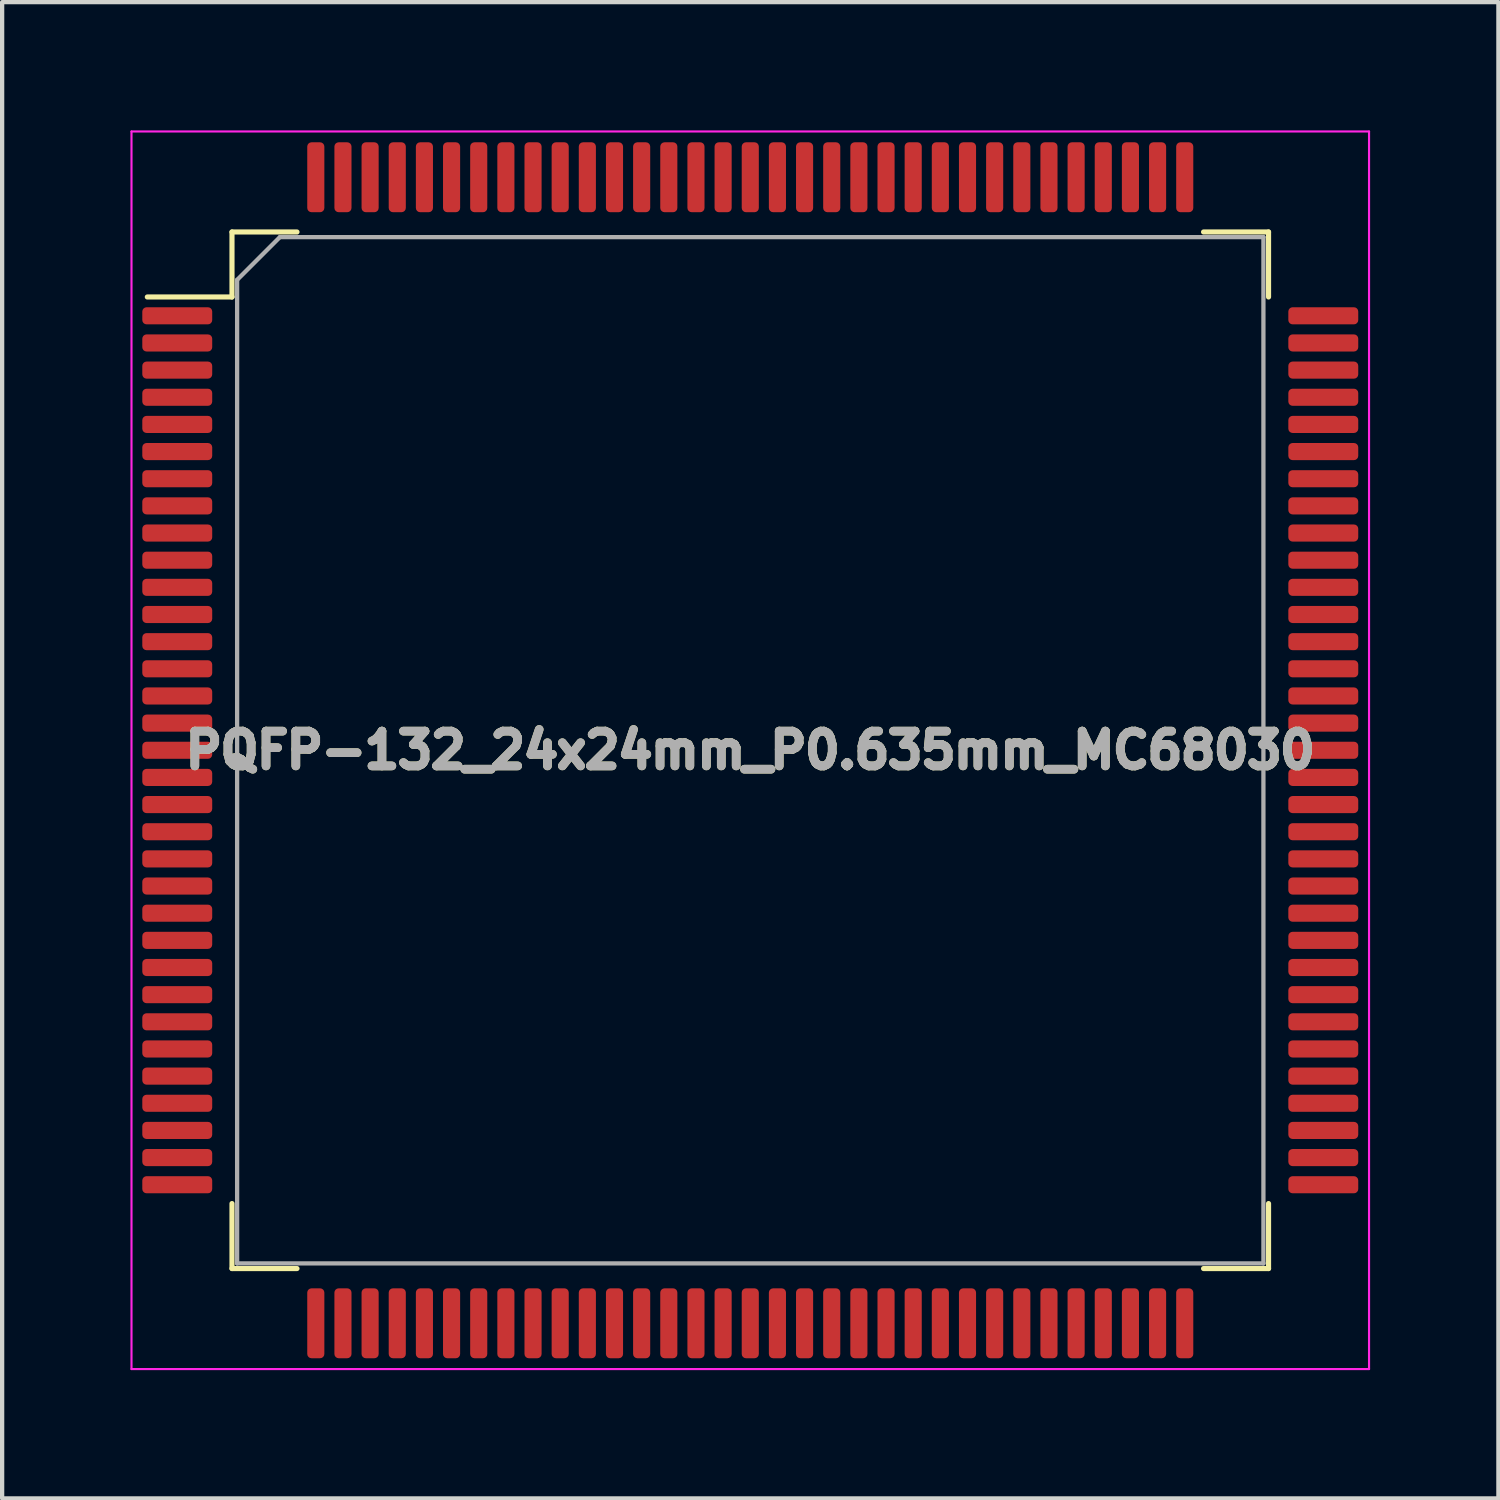
<source format=kicad_pcb>
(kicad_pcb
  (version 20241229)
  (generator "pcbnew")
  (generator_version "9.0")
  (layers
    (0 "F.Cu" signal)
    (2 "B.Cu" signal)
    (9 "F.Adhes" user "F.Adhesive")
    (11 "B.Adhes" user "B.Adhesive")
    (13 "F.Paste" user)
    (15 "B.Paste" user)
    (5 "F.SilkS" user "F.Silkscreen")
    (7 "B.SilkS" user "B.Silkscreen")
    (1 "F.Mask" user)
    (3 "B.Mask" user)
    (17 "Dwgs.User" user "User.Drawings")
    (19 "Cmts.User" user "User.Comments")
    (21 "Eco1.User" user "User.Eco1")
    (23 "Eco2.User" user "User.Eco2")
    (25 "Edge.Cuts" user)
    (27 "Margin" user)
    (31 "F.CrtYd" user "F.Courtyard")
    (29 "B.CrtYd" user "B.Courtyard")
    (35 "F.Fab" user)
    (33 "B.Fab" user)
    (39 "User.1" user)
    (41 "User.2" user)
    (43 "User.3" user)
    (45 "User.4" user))
  (footprint "PQFP-132_24x24mm_P0.635mm_MC68030"
    (layer "F.Cu")
    (at 14.495 14.495)
    (property "Reference" "PQFP-132_24x24mm_P0.635mm_MC68030" (at 0 0 0) (layer "F.SilkS") (effects (font (size 0.813 0.813) (thickness 0.203))))
    (attr smd)
    (fp_line (start -14.1 -10.6) (end -12.12 -10.6) (stroke (width 0.12) (type solid)) (layer "F.SilkS"))
    (fp_line (start -12.12 -12.12) (end -12.12 -10.6) (stroke (width 0.12) (type solid)) (layer "F.SilkS"))
    (fp_line (start -12.12 12.12) (end -12.12 10.6) (stroke (width 0.12) (type solid)) (layer "F.SilkS"))
    (fp_line (start -10.6 -12.12) (end -12.12 -12.12) (stroke (width 0.12) (type solid)) (layer "F.SilkS"))
    (fp_line (start -10.6 12.12) (end -12.12 12.12) (stroke (width 0.12) (type solid)) (layer "F.SilkS"))
    (fp_line (start 10.6 -12.12) (end 12.12 -12.12) (stroke (width 0.12) (type solid)) (layer "F.SilkS"))
    (fp_line (start 10.6 12.12) (end 12.12 12.12) (stroke (width 0.12) (type solid)) (layer "F.SilkS"))
    (fp_line (start 12.12 -12.12) (end 12.12 -10.6) (stroke (width 0.12) (type solid)) (layer "F.SilkS"))
    (fp_line (start 12.12 12.12) (end 12.12 10.6) (stroke (width 0.12) (type solid)) (layer "F.SilkS"))
    (fp_line (start -14.47 -14.47) (end -14.47 14.47) (stroke (width 0.05) (type solid)) (layer "F.CrtYd"))
    (fp_line (start 14.47 -14.47) (end -14.47 -14.47) (stroke (width 0.05) (type solid)) (layer "F.CrtYd"))
    (fp_line (start 14.47 -14.47) (end 14.47 14.47) (stroke (width 0.05) (type solid)) (layer "F.CrtYd"))
    (fp_line (start 14.47 14.47) (end -14.47 14.47) (stroke (width 0.05) (type solid)) (layer "F.CrtYd"))
    (fp_line (start -12 12) (end -12 -11) (stroke (width 0.1) (type solid)) (layer "F.Fab"))
    (fp_line (start -11 -12) (end -12 -11) (stroke (width 0.1) (type solid)) (layer "F.Fab"))
    (fp_line (start -11 -12) (end 12 -12) (stroke (width 0.1) (type solid)) (layer "F.Fab"))
    (fp_line (start 12 -12) (end 12 12) (stroke (width 0.1) (type solid)) (layer "F.Fab"))
    (fp_line (start 12 12) (end -12 12) (stroke (width 0.1) (type solid)) (layer "F.Fab"))
    (fp_text user "${REFERENCE}" (at 0 0 0) (layer "F.Fab") (effects (font (size 0.813 0.813) (thickness 0.203))))
    (pad "1" smd roundrect (at 0 -13.4) (size 0.4 1.635) (layers "F.Cu" "F.Mask" "F.Paste") (roundrect_rratio 0.25))
    (pad "2" smd roundrect (at -0.635 -13.4) (size 0.4 1.635) (layers "F.Cu" "F.Mask" "F.Paste") (roundrect_rratio 0.25))
    (pad "3" smd roundrect (at -1.27 -13.4) (size 0.4 1.635) (layers "F.Cu" "F.Mask" "F.Paste") (roundrect_rratio 0.25))
    (pad "4" smd roundrect (at -1.905 -13.4) (size 0.4 1.635) (layers "F.Cu" "F.Mask" "F.Paste") (roundrect_rratio 0.25))
    (pad "5" smd roundrect (at -2.54 -13.4) (size 0.4 1.635) (layers "F.Cu" "F.Mask" "F.Paste") (roundrect_rratio 0.25))
    (pad "6" smd roundrect (at -3.175 -13.4) (size 0.4 1.635) (layers "F.Cu" "F.Mask" "F.Paste") (roundrect_rratio 0.25))
    (pad "7" smd roundrect (at -3.81 -13.4) (size 0.4 1.635) (layers "F.Cu" "F.Mask" "F.Paste") (roundrect_rratio 0.25))
    (pad "8" smd roundrect (at -4.445 -13.4) (size 0.4 1.635) (layers "F.Cu" "F.Mask" "F.Paste") (roundrect_rratio 0.25))
    (pad "9" smd roundrect (at -5.08 -13.4) (size 0.4 1.635) (layers "F.Cu" "F.Mask" "F.Paste") (roundrect_rratio 0.25))
    (pad "10" smd roundrect (at -5.715 -13.4) (size 0.4 1.635) (layers "F.Cu" "F.Mask" "F.Paste") (roundrect_rratio 0.25))
    (pad "11" smd roundrect (at -6.35 -13.4) (size 0.4 1.635) (layers "F.Cu" "F.Mask" "F.Paste") (roundrect_rratio 0.25))
    (pad "12" smd roundrect (at -6.985 -13.4) (size 0.4 1.635) (layers "F.Cu" "F.Mask" "F.Paste") (roundrect_rratio 0.25))
    (pad "13" smd roundrect (at -7.62 -13.4) (size 0.4 1.635) (layers "F.Cu" "F.Mask" "F.Paste") (roundrect_rratio 0.25))
    (pad "14" smd roundrect (at -8.255 -13.4) (size 0.4 1.635) (layers "F.Cu" "F.Mask" "F.Paste") (roundrect_rratio 0.25))
    (pad "15" smd roundrect (at -8.89 -13.4) (size 0.4 1.635) (layers "F.Cu" "F.Mask" "F.Paste") (roundrect_rratio 0.25))
    (pad "16" smd roundrect (at -9.525 -13.4) (size 0.4 1.635) (layers "F.Cu" "F.Mask" "F.Paste") (roundrect_rratio 0.25))
    (pad "17" smd roundrect (at -10.16 -13.4) (size 0.4 1.635) (layers "F.Cu" "F.Mask" "F.Paste") (roundrect_rratio 0.25))
    (pad "18" smd roundrect (at -13.4 -10.16) (size 1.635 0.4) (layers "F.Cu" "F.Mask" "F.Paste") (roundrect_rratio 0.25))
    (pad "19" smd roundrect (at -13.4 -9.525) (size 1.635 0.4) (layers "F.Cu" "F.Mask" "F.Paste") (roundrect_rratio 0.25))
    (pad "20" smd roundrect (at -13.4 -8.89) (size 1.635 0.4) (layers "F.Cu" "F.Mask" "F.Paste") (roundrect_rratio 0.25))
    (pad "21" smd roundrect (at -13.4 -8.255) (size 1.635 0.4) (layers "F.Cu" "F.Mask" "F.Paste") (roundrect_rratio 0.25))
    (pad "22" smd roundrect (at -13.4 -7.62) (size 1.635 0.4) (layers "F.Cu" "F.Mask" "F.Paste") (roundrect_rratio 0.25))
    (pad "23" smd roundrect (at -13.4 -6.985) (size 1.635 0.4) (layers "F.Cu" "F.Mask" "F.Paste") (roundrect_rratio 0.25))
    (pad "24" smd roundrect (at -13.4 -6.35) (size 1.635 0.4) (layers "F.Cu" "F.Mask" "F.Paste") (roundrect_rratio 0.25))
    (pad "25" smd roundrect (at -13.4 -5.715) (size 1.635 0.4) (layers "F.Cu" "F.Mask" "F.Paste") (roundrect_rratio 0.25))
    (pad "26" smd roundrect (at -13.4 -5.08) (size 1.635 0.4) (layers "F.Cu" "F.Mask" "F.Paste") (roundrect_rratio 0.25))
    (pad "27" smd roundrect (at -13.4 -4.445) (size 1.635 0.4) (layers "F.Cu" "F.Mask" "F.Paste") (roundrect_rratio 0.25))
    (pad "28" smd roundrect (at -13.4 -3.81) (size 1.635 0.4) (layers "F.Cu" "F.Mask" "F.Paste") (roundrect_rratio 0.25))
    (pad "29" smd roundrect (at -13.4 -3.175) (size 1.635 0.4) (layers "F.Cu" "F.Mask" "F.Paste") (roundrect_rratio 0.25))
    (pad "30" smd roundrect (at -13.4 -2.54) (size 1.635 0.4) (layers "F.Cu" "F.Mask" "F.Paste") (roundrect_rratio 0.25))
    (pad "31" smd roundrect (at -13.4 -1.905) (size 1.635 0.4) (layers "F.Cu" "F.Mask" "F.Paste") (roundrect_rratio 0.25))
    (pad "32" smd roundrect (at -13.4 -1.27) (size 1.635 0.4) (layers "F.Cu" "F.Mask" "F.Paste") (roundrect_rratio 0.25))
    (pad "33" smd roundrect (at -13.4 -0.635) (size 1.635 0.4) (layers "F.Cu" "F.Mask" "F.Paste") (roundrect_rratio 0.25))
    (pad "34" smd roundrect (at -13.4 0) (size 1.635 0.4) (layers "F.Cu" "F.Mask" "F.Paste") (roundrect_rratio 0.25))
    (pad "35" smd roundrect (at -13.4 0.635) (size 1.635 0.4) (layers "F.Cu" "F.Mask" "F.Paste") (roundrect_rratio 0.25))
    (pad "36" smd roundrect (at -13.4 1.27) (size 1.635 0.4) (layers "F.Cu" "F.Mask" "F.Paste") (roundrect_rratio 0.25))
    (pad "37" smd roundrect (at -13.4 1.905) (size 1.635 0.4) (layers "F.Cu" "F.Mask" "F.Paste") (roundrect_rratio 0.25))
    (pad "38" smd roundrect (at -13.4 2.54) (size 1.635 0.4) (layers "F.Cu" "F.Mask" "F.Paste") (roundrect_rratio 0.25))
    (pad "39" smd roundrect (at -13.4 3.175) (size 1.635 0.4) (layers "F.Cu" "F.Mask" "F.Paste") (roundrect_rratio 0.25))
    (pad "40" smd roundrect (at -13.4 3.81) (size 1.635 0.4) (layers "F.Cu" "F.Mask" "F.Paste") (roundrect_rratio 0.25))
    (pad "41" smd roundrect (at -13.4 4.445) (size 1.635 0.4) (layers "F.Cu" "F.Mask" "F.Paste") (roundrect_rratio 0.25))
    (pad "42" smd roundrect (at -13.4 5.08) (size 1.635 0.4) (layers "F.Cu" "F.Mask" "F.Paste") (roundrect_rratio 0.25))
    (pad "43" smd roundrect (at -13.4 5.715) (size 1.635 0.4) (layers "F.Cu" "F.Mask" "F.Paste") (roundrect_rratio 0.25))
    (pad "44" smd roundrect (at -13.4 6.35) (size 1.635 0.4) (layers "F.Cu" "F.Mask" "F.Paste") (roundrect_rratio 0.25))
    (pad "45" smd roundrect (at -13.4 6.985) (size 1.635 0.4) (layers "F.Cu" "F.Mask" "F.Paste") (roundrect_rratio 0.25))
    (pad "46" smd roundrect (at -13.4 7.62) (size 1.635 0.4) (layers "F.Cu" "F.Mask" "F.Paste") (roundrect_rratio 0.25))
    (pad "47" smd roundrect (at -13.4 8.255) (size 1.635 0.4) (layers "F.Cu" "F.Mask" "F.Paste") (roundrect_rratio 0.25))
    (pad "48" smd roundrect (at -13.4 8.89) (size 1.635 0.4) (layers "F.Cu" "F.Mask" "F.Paste") (roundrect_rratio 0.25))
    (pad "49" smd roundrect (at -13.4 9.525) (size 1.635 0.4) (layers "F.Cu" "F.Mask" "F.Paste") (roundrect_rratio 0.25))
    (pad "50" smd roundrect (at -13.4 10.16) (size 1.635 0.4) (layers "F.Cu" "F.Mask" "F.Paste") (roundrect_rratio 0.25))
    (pad "51" smd roundrect (at -10.16 13.4) (size 0.4 1.635) (layers "F.Cu" "F.Mask" "F.Paste") (roundrect_rratio 0.25))
    (pad "52" smd roundrect (at -9.525 13.4) (size 0.4 1.635) (layers "F.Cu" "F.Mask" "F.Paste") (roundrect_rratio 0.25))
    (pad "53" smd roundrect (at -8.89 13.4) (size 0.4 1.635) (layers "F.Cu" "F.Mask" "F.Paste") (roundrect_rratio 0.25))
    (pad "54" smd roundrect (at -8.255 13.4) (size 0.4 1.635) (layers "F.Cu" "F.Mask" "F.Paste") (roundrect_rratio 0.25))
    (pad "55" smd roundrect (at -7.62 13.4) (size 0.4 1.635) (layers "F.Cu" "F.Mask" "F.Paste") (roundrect_rratio 0.25))
    (pad "56" smd roundrect (at -6.985 13.4) (size 0.4 1.635) (layers "F.Cu" "F.Mask" "F.Paste") (roundrect_rratio 0.25))
    (pad "57" smd roundrect (at -6.35 13.4) (size 0.4 1.635) (layers "F.Cu" "F.Mask" "F.Paste") (roundrect_rratio 0.25))
    (pad "58" smd roundrect (at -5.715 13.4) (size 0.4 1.635) (layers "F.Cu" "F.Mask" "F.Paste") (roundrect_rratio 0.25))
    (pad "59" smd roundrect (at -5.08 13.4) (size 0.4 1.635) (layers "F.Cu" "F.Mask" "F.Paste") (roundrect_rratio 0.25))
    (pad "60" smd roundrect (at -4.445 13.4) (size 0.4 1.635) (layers "F.Cu" "F.Mask" "F.Paste") (roundrect_rratio 0.25))
    (pad "61" smd roundrect (at -3.81 13.4) (size 0.4 1.635) (layers "F.Cu" "F.Mask" "F.Paste") (roundrect_rratio 0.25))
    (pad "62" smd roundrect (at -3.175 13.4) (size 0.4 1.635) (layers "F.Cu" "F.Mask" "F.Paste") (roundrect_rratio 0.25))
    (pad "63" smd roundrect (at -2.54 13.4) (size 0.4 1.635) (layers "F.Cu" "F.Mask" "F.Paste") (roundrect_rratio 0.25))
    (pad "64" smd roundrect (at -1.905 13.4) (size 0.4 1.635) (layers "F.Cu" "F.Mask" "F.Paste") (roundrect_rratio 0.25))
    (pad "65" smd roundrect (at -1.27 13.4) (size 0.4 1.635) (layers "F.Cu" "F.Mask" "F.Paste") (roundrect_rratio 0.25))
    (pad "66" smd roundrect (at -0.635 13.4) (size 0.4 1.635) (layers "F.Cu" "F.Mask" "F.Paste") (roundrect_rratio 0.25))
    (pad "67" smd roundrect (at 0 13.4) (size 0.4 1.635) (layers "F.Cu" "F.Mask" "F.Paste") (roundrect_rratio 0.25))
    (pad "68" smd roundrect (at 0.635 13.4) (size 0.4 1.635) (layers "F.Cu" "F.Mask" "F.Paste") (roundrect_rratio 0.25))
    (pad "69" smd roundrect (at 1.27 13.4) (size 0.4 1.635) (layers "F.Cu" "F.Mask" "F.Paste") (roundrect_rratio 0.25))
    (pad "70" smd roundrect (at 1.905 13.4) (size 0.4 1.635) (layers "F.Cu" "F.Mask" "F.Paste") (roundrect_rratio 0.25))
    (pad "71" smd roundrect (at 2.54 13.4) (size 0.4 1.635) (layers "F.Cu" "F.Mask" "F.Paste") (roundrect_rratio 0.25))
    (pad "72" smd roundrect (at 3.175 13.4) (size 0.4 1.635) (layers "F.Cu" "F.Mask" "F.Paste") (roundrect_rratio 0.25))
    (pad "73" smd roundrect (at 3.81 13.4) (size 0.4 1.635) (layers "F.Cu" "F.Mask" "F.Paste") (roundrect_rratio 0.25))
    (pad "74" smd roundrect (at 4.445 13.4) (size 0.4 1.635) (layers "F.Cu" "F.Mask" "F.Paste") (roundrect_rratio 0.25))
    (pad "75" smd roundrect (at 5.08 13.4) (size 0.4 1.635) (layers "F.Cu" "F.Mask" "F.Paste") (roundrect_rratio 0.25))
    (pad "76" smd roundrect (at 5.715 13.4) (size 0.4 1.635) (layers "F.Cu" "F.Mask" "F.Paste") (roundrect_rratio 0.25))
    (pad "77" smd roundrect (at 6.35 13.4) (size 0.4 1.635) (layers "F.Cu" "F.Mask" "F.Paste") (roundrect_rratio 0.25))
    (pad "78" smd roundrect (at 6.985 13.4) (size 0.4 1.635) (layers "F.Cu" "F.Mask" "F.Paste") (roundrect_rratio 0.25))
    (pad "79" smd roundrect (at 7.62 13.4) (size 0.4 1.635) (layers "F.Cu" "F.Mask" "F.Paste") (roundrect_rratio 0.25))
    (pad "80" smd roundrect (at 8.255 13.4) (size 0.4 1.635) (layers "F.Cu" "F.Mask" "F.Paste") (roundrect_rratio 0.25))
    (pad "81" smd roundrect (at 8.89 13.4) (size 0.4 1.635) (layers "F.Cu" "F.Mask" "F.Paste") (roundrect_rratio 0.25))
    (pad "82" smd roundrect (at 9.525 13.4) (size 0.4 1.635) (layers "F.Cu" "F.Mask" "F.Paste") (roundrect_rratio 0.25))
    (pad "83" smd roundrect (at 10.16 13.4) (size 0.4 1.635) (layers "F.Cu" "F.Mask" "F.Paste") (roundrect_rratio 0.25))
    (pad "84" smd roundrect (at 13.4 10.16) (size 1.635 0.4) (layers "F.Cu" "F.Mask" "F.Paste") (roundrect_rratio 0.25))
    (pad "85" smd roundrect (at 13.4 9.525) (size 1.635 0.4) (layers "F.Cu" "F.Mask" "F.Paste") (roundrect_rratio 0.25))
    (pad "86" smd roundrect (at 13.4 8.89) (size 1.635 0.4) (layers "F.Cu" "F.Mask" "F.Paste") (roundrect_rratio 0.25))
    (pad "87" smd roundrect (at 13.4 8.255) (size 1.635 0.4) (layers "F.Cu" "F.Mask" "F.Paste") (roundrect_rratio 0.25))
    (pad "88" smd roundrect (at 13.4 7.62) (size 1.635 0.4) (layers "F.Cu" "F.Mask" "F.Paste") (roundrect_rratio 0.25))
    (pad "89" smd roundrect (at 13.4 6.985) (size 1.635 0.4) (layers "F.Cu" "F.Mask" "F.Paste") (roundrect_rratio 0.25))
    (pad "90" smd roundrect (at 13.4 6.35) (size 1.635 0.4) (layers "F.Cu" "F.Mask" "F.Paste") (roundrect_rratio 0.25))
    (pad "91" smd roundrect (at 13.4 5.715) (size 1.635 0.4) (layers "F.Cu" "F.Mask" "F.Paste") (roundrect_rratio 0.25))
    (pad "92" smd roundrect (at 13.4 5.08) (size 1.635 0.4) (layers "F.Cu" "F.Mask" "F.Paste") (roundrect_rratio 0.25))
    (pad "93" smd roundrect (at 13.4 4.445) (size 1.635 0.4) (layers "F.Cu" "F.Mask" "F.Paste") (roundrect_rratio 0.25))
    (pad "94" smd roundrect (at 13.4 3.81) (size 1.635 0.4) (layers "F.Cu" "F.Mask" "F.Paste") (roundrect_rratio 0.25))
    (pad "95" smd roundrect (at 13.4 3.175) (size 1.635 0.4) (layers "F.Cu" "F.Mask" "F.Paste") (roundrect_rratio 0.25))
    (pad "96" smd roundrect (at 13.4 2.54) (size 1.635 0.4) (layers "F.Cu" "F.Mask" "F.Paste") (roundrect_rratio 0.25))
    (pad "97" smd roundrect (at 13.4 1.905) (size 1.635 0.4) (layers "F.Cu" "F.Mask" "F.Paste") (roundrect_rratio 0.25))
    (pad "98" smd roundrect (at 13.4 1.27) (size 1.635 0.4) (layers "F.Cu" "F.Mask" "F.Paste") (roundrect_rratio 0.25))
    (pad "99" smd roundrect (at 13.4 0.635) (size 1.635 0.4) (layers "F.Cu" "F.Mask" "F.Paste") (roundrect_rratio 0.25))
    (pad "100" smd roundrect (at 13.4 0) (size 1.635 0.4) (layers "F.Cu" "F.Mask" "F.Paste") (roundrect_rratio 0.25))
    (pad "101" smd roundrect (at 13.4 -0.635) (size 1.635 0.4) (layers "F.Cu" "F.Mask" "F.Paste") (roundrect_rratio 0.25))
    (pad "102" smd roundrect (at 13.4 -1.27) (size 1.635 0.4) (layers "F.Cu" "F.Mask" "F.Paste") (roundrect_rratio 0.25))
    (pad "103" smd roundrect (at 13.4 -1.905) (size 1.635 0.4) (layers "F.Cu" "F.Mask" "F.Paste") (roundrect_rratio 0.25))
    (pad "104" smd roundrect (at 13.4 -2.54) (size 1.635 0.4) (layers "F.Cu" "F.Mask" "F.Paste") (roundrect_rratio 0.25))
    (pad "105" smd roundrect (at 13.4 -3.175) (size 1.635 0.4) (layers "F.Cu" "F.Mask" "F.Paste") (roundrect_rratio 0.25))
    (pad "106" smd roundrect (at 13.4 -3.81) (size 1.635 0.4) (layers "F.Cu" "F.Mask" "F.Paste") (roundrect_rratio 0.25))
    (pad "107" smd roundrect (at 13.4 -4.445) (size 1.635 0.4) (layers "F.Cu" "F.Mask" "F.Paste") (roundrect_rratio 0.25))
    (pad "108" smd roundrect (at 13.4 -5.08) (size 1.635 0.4) (layers "F.Cu" "F.Mask" "F.Paste") (roundrect_rratio 0.25))
    (pad "109" smd roundrect (at 13.4 -5.715) (size 1.635 0.4) (layers "F.Cu" "F.Mask" "F.Paste") (roundrect_rratio 0.25))
    (pad "110" smd roundrect (at 13.4 -6.35) (size 1.635 0.4) (layers "F.Cu" "F.Mask" "F.Paste") (roundrect_rratio 0.25))
    (pad "111" smd roundrect (at 13.4 -6.985) (size 1.635 0.4) (layers "F.Cu" "F.Mask" "F.Paste") (roundrect_rratio 0.25))
    (pad "112" smd roundrect (at 13.4 -7.62) (size 1.635 0.4) (layers "F.Cu" "F.Mask" "F.Paste") (roundrect_rratio 0.25))
    (pad "113" smd roundrect (at 13.4 -8.255) (size 1.635 0.4) (layers "F.Cu" "F.Mask" "F.Paste") (roundrect_rratio 0.25))
    (pad "114" smd roundrect (at 13.4 -8.89) (size 1.635 0.4) (layers "F.Cu" "F.Mask" "F.Paste") (roundrect_rratio 0.25))
    (pad "115" smd roundrect (at 13.4 -9.525) (size 1.635 0.4) (layers "F.Cu" "F.Mask" "F.Paste") (roundrect_rratio 0.25))
    (pad "116" smd roundrect (at 13.4 -10.16) (size 1.635 0.4) (layers "F.Cu" "F.Mask" "F.Paste") (roundrect_rratio 0.25))
    (pad "117" smd roundrect (at 10.16 -13.4) (size 0.4 1.635) (layers "F.Cu" "F.Mask" "F.Paste") (roundrect_rratio 0.25))
    (pad "118" smd roundrect (at 9.525 -13.4) (size 0.4 1.635) (layers "F.Cu" "F.Mask" "F.Paste") (roundrect_rratio 0.25))
    (pad "119" smd roundrect (at 8.89 -13.4) (size 0.4 1.635) (layers "F.Cu" "F.Mask" "F.Paste") (roundrect_rratio 0.25))
    (pad "120" smd roundrect (at 8.255 -13.4) (size 0.4 1.635) (layers "F.Cu" "F.Mask" "F.Paste") (roundrect_rratio 0.25))
    (pad "121" smd roundrect (at 7.62 -13.4) (size 0.4 1.635) (layers "F.Cu" "F.Mask" "F.Paste") (roundrect_rratio 0.25))
    (pad "122" smd roundrect (at 6.985 -13.4) (size 0.4 1.635) (layers "F.Cu" "F.Mask" "F.Paste") (roundrect_rratio 0.25))
    (pad "123" smd roundrect (at 6.35 -13.4) (size 0.4 1.635) (layers "F.Cu" "F.Mask" "F.Paste") (roundrect_rratio 0.25))
    (pad "124" smd roundrect (at 5.715 -13.4) (size 0.4 1.635) (layers "F.Cu" "F.Mask" "F.Paste") (roundrect_rratio 0.25))
    (pad "125" smd roundrect (at 5.08 -13.4) (size 0.4 1.635) (layers "F.Cu" "F.Mask" "F.Paste") (roundrect_rratio 0.25))
    (pad "126" smd roundrect (at 4.445 -13.4) (size 0.4 1.635) (layers "F.Cu" "F.Mask" "F.Paste") (roundrect_rratio 0.25))
    (pad "127" smd roundrect (at 3.81 -13.4) (size 0.4 1.635) (layers "F.Cu" "F.Mask" "F.Paste") (roundrect_rratio 0.25))
    (pad "128" smd roundrect (at 3.175 -13.4) (size 0.4 1.635) (layers "F.Cu" "F.Mask" "F.Paste") (roundrect_rratio 0.25))
    (pad "129" smd roundrect (at 2.54 -13.4) (size 0.4 1.635) (layers "F.Cu" "F.Mask" "F.Paste") (roundrect_rratio 0.25))
    (pad "130" smd roundrect (at 1.905 -13.4) (size 0.4 1.635) (layers "F.Cu" "F.Mask" "F.Paste") (roundrect_rratio 0.25))
    (pad "131" smd roundrect (at 1.27 -13.4) (size 0.4 1.635) (layers "F.Cu" "F.Mask" "F.Paste") (roundrect_rratio 0.25))
    (pad "132" smd roundrect (at 0.635 -13.4) (size 0.4 1.635) (layers "F.Cu" "F.Mask" "F.Paste") (roundrect_rratio 0.25)))
  (gr_rect
    (start -3 -3)
    (end 31.99 31.99)
    (stroke (width 0.1) (type default))
    (fill no)
    (layer "Edge.Cuts")))
</source>
